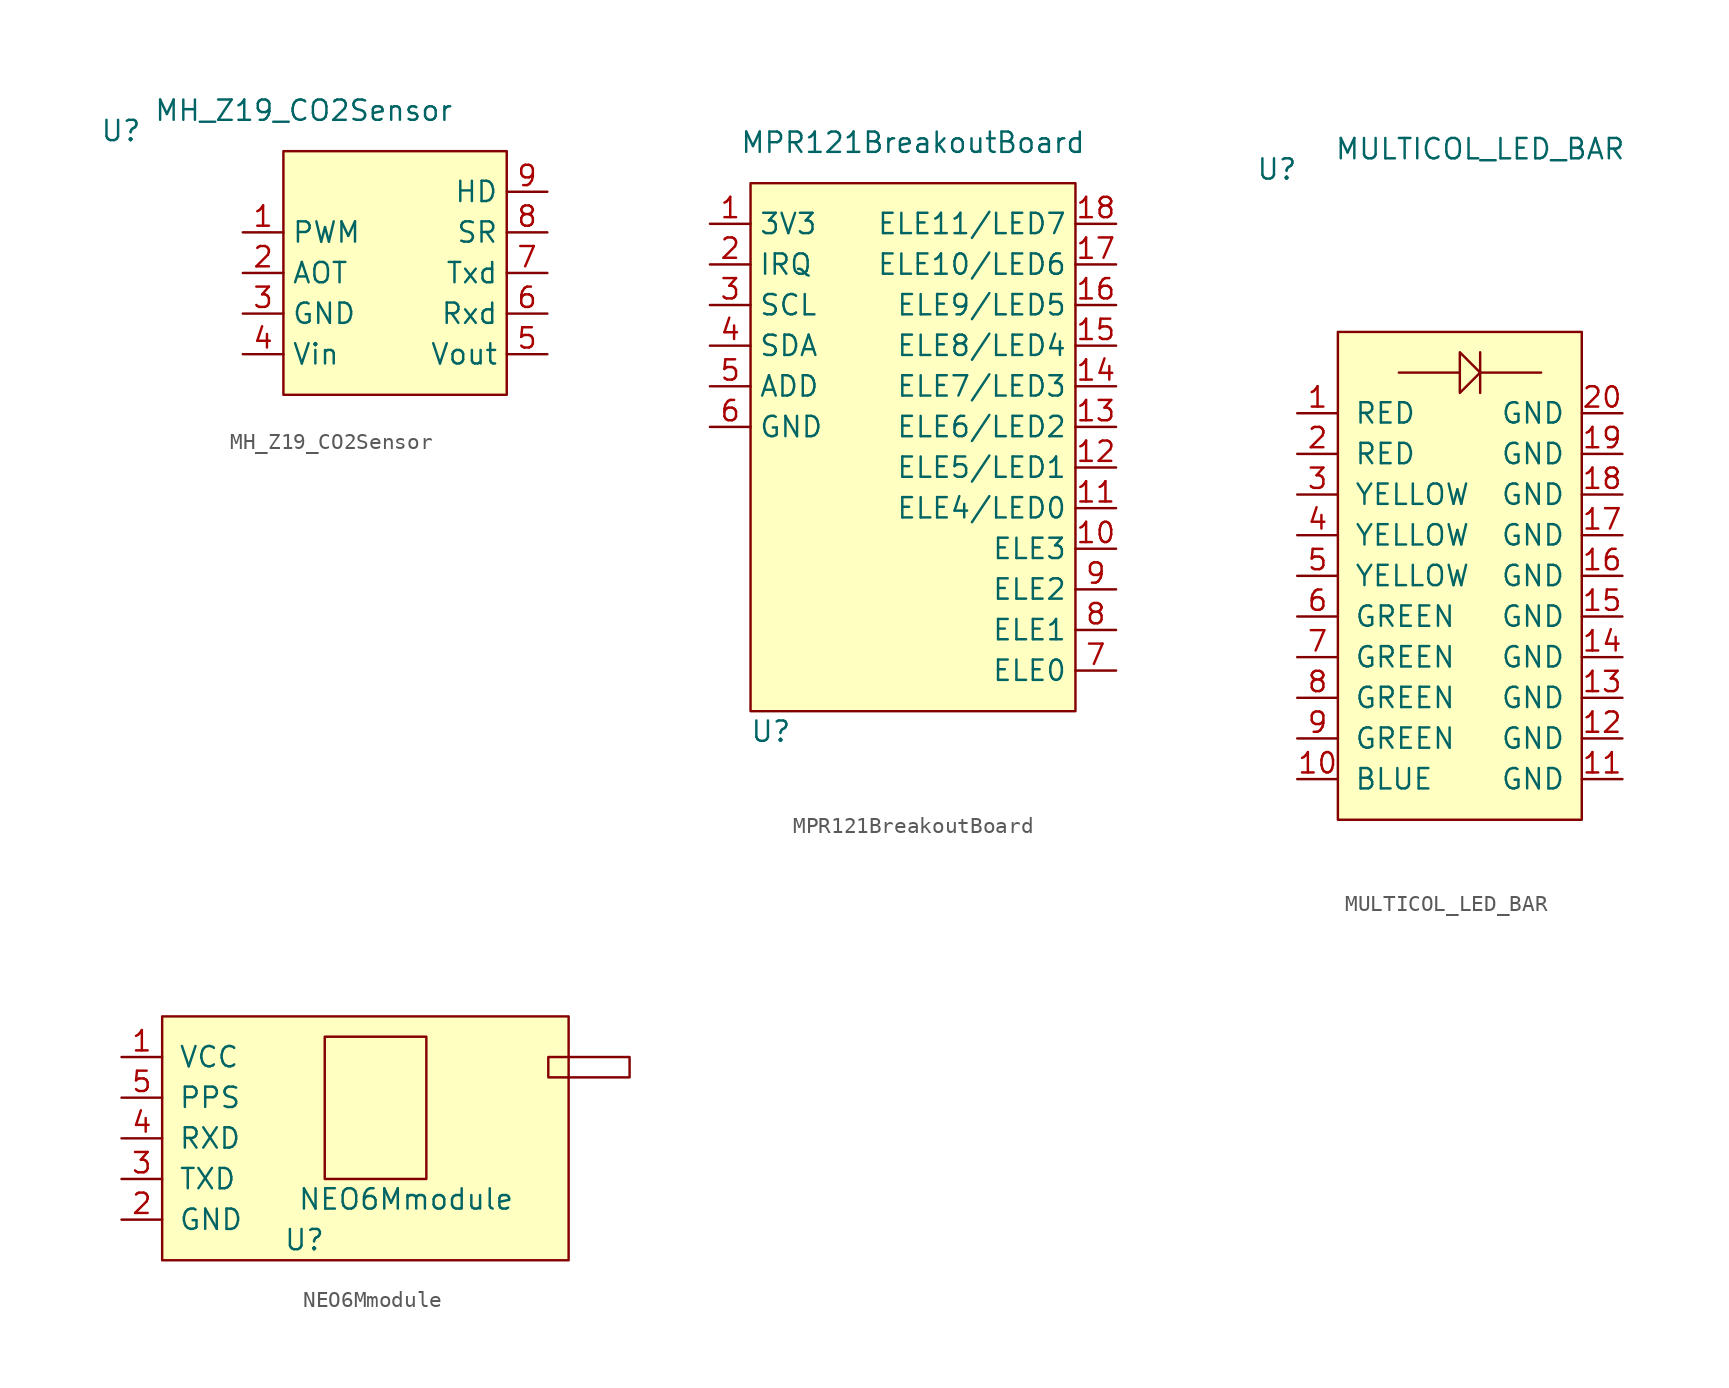
<source format=kicad_sym>
(kicad_symbol_lib
  (version 20211014)
  (generator kicad_symbol_editor)
  (symbol "MH_Z19_CO2Sensor"
    (property "Reference" "U"
      (at -10.16 3.81 0)
      (effects (font (size 1.27 1.27))))
    (property "Value" "MH_Z19_CO2Sensor"
      (at 1.27 5.08 0)
      (effects (font (size 1.27 1.27))))
    (symbol "MH_Z19_CO2Sensor_0_1"
      (rectangle (start 13.97 2.54) (end 0 -12.7) (stroke (width 0.152) (type default) (color 0 0 0 0)) (fill (type background))))
    (symbol "MH_Z19_CO2Sensor_1_1"
      (pin input line (at -2.54 -2.54 0) (length 2.54) (name "PWM" (effects (font (size 1.27 1.27)))) (number "1" (effects (font (size 1.27 1.27)))))
      (pin input line (at -2.54 -5.08 0) (length 2.54) (name "AOT" (effects (font (size 1.27 1.27)))) (number "2" (effects (font (size 1.27 1.27)))))
      (pin input line (at -2.54 -7.62 0) (length 2.54) (name "GND" (effects (font (size 1.27 1.27)))) (number "3" (effects (font (size 1.27 1.27)))))
      (pin input line (at -2.54 -10.16 0) (length 2.54) (name "Vin" (effects (font (size 1.27 1.27)))) (number "4" (effects (font (size 1.27 1.27)))))
      (pin input line (at 16.51 -10.16 180) (length 2.54) (name "Vout" (effects (font (size 1.27 1.27)))) (number "5" (effects (font (size 1.27 1.27)))))
      (pin input line (at 16.51 -7.62 180) (length 2.54) (name "Rxd" (effects (font (size 1.27 1.27)))) (number "6" (effects (font (size 1.27 1.27)))))
      (pin input line (at 16.51 -5.08 180) (length 2.54) (name "Txd" (effects (font (size 1.27 1.27)))) (number "7" (effects (font (size 1.27 1.27)))))
      (pin input line (at 16.51 -2.54 180) (length 2.54) (name "SR" (effects (font (size 1.27 1.27)))) (number "8" (effects (font (size 1.27 1.27)))))
      (pin input line (at 16.51 0 180) (length 2.54) (name "HD" (effects (font (size 1.27 1.27)))) (number "9" (effects (font (size 1.27 1.27)))))))
  (symbol "MPR121BreakoutBoard"
    (property "Reference" "U"
      (at 1.27 -34.29 0)
      (effects (font (size 1.27 1.27))))
    (property "Value" "MPR121BreakoutBoard"
      (at 10.16 2.54 0)
      (effects (font (size 1.27 1.27))))
    (symbol "MPR121BreakoutBoard_0_1"
      (rectangle (start 0 0) (end 20.32 -33.02) (stroke (width 0.152) (type default) (color 0 0 0 0)) (fill (type background))))
    (symbol "MPR121BreakoutBoard_1_1"
      (pin input line (at -2.54 -2.54 0) (length 2.54) (name "3V3" (effects (font (size 1.27 1.27)))) (number "1" (effects (font (size 1.27 1.27)))))
      (pin input line (at 22.86 -22.86 180) (length 2.54) (name "ELE3" (effects (font (size 1.27 1.27)))) (number "10" (effects (font (size 1.27 1.27)))))
      (pin input line (at 22.86 -20.32 180) (length 2.54) (name "ELE4/LED0" (effects (font (size 1.27 1.27)))) (number "11" (effects (font (size 1.27 1.27)))))
      (pin input line (at 22.86 -17.78 180) (length 2.54) (name "ELE5/LED1" (effects (font (size 1.27 1.27)))) (number "12" (effects (font (size 1.27 1.27)))))
      (pin input line (at 22.86 -15.24 180) (length 2.54) (name "ELE6/LED2" (effects (font (size 1.27 1.27)))) (number "13" (effects (font (size 1.27 1.27)))))
      (pin input line (at 22.86 -12.7 180) (length 2.54) (name "ELE7/LED3" (effects (font (size 1.27 1.27)))) (number "14" (effects (font (size 1.27 1.27)))))
      (pin input line (at 22.86 -10.16 180) (length 2.54) (name "ELE8/LED4" (effects (font (size 1.27 1.27)))) (number "15" (effects (font (size 1.27 1.27)))))
      (pin input line (at 22.86 -7.62 180) (length 2.54) (name "ELE9/LED5" (effects (font (size 1.27 1.27)))) (number "16" (effects (font (size 1.27 1.27)))))
      (pin input line (at 22.86 -5.08 180) (length 2.54) (name "ELE10/LED6" (effects (font (size 1.27 1.27)))) (number "17" (effects (font (size 1.27 1.27)))))
      (pin input line (at 22.86 -2.54 180) (length 2.54) (name "ELE11/LED7" (effects (font (size 1.27 1.27)))) (number "18" (effects (font (size 1.27 1.27)))))
      (pin input line (at -2.54 -5.08 0) (length 2.54) (name "IRQ" (effects (font (size 1.27 1.27)))) (number "2" (effects (font (size 1.27 1.27)))))
      (pin input line (at -2.54 -7.62 0) (length 2.54) (name "SCL" (effects (font (size 1.27 1.27)))) (number "3" (effects (font (size 1.27 1.27)))))
      (pin input line (at -2.54 -10.16 0) (length 2.54) (name "SDA" (effects (font (size 1.27 1.27)))) (number "4" (effects (font (size 1.27 1.27)))))
      (pin input line (at -2.54 -12.7 0) (length 2.54) (name "ADD" (effects (font (size 1.27 1.27)))) (number "5" (effects (font (size 1.27 1.27)))))
      (pin input line (at -2.54 -15.24 0) (length 2.54) (name "GND" (effects (font (size 1.27 1.27)))) (number "6" (effects (font (size 1.27 1.27)))))
      (pin input line (at 22.86 -30.48 180) (length 2.54) (name "ELE0" (effects (font (size 1.27 1.27)))) (number "7" (effects (font (size 1.27 1.27)))))
      (pin input line (at 22.86 -27.94 180) (length 2.54) (name "ELE1" (effects (font (size 1.27 1.27)))) (number "8" (effects (font (size 1.27 1.27)))))
      (pin input line (at 22.86 -25.4 180) (length 2.54) (name "ELE2" (effects (font (size 1.27 1.27)))) (number "9" (effects (font (size 1.27 1.27)))))))
  (symbol "MULTICOL_LED_BAR"
    (pin_names
      (offset 1.016))
    (property "Reference" "U"
      (at -3.81 12.7 0)
      (effects (font (size 1.27 1.27))))
    (property "Value" "MULTICOL_LED_BAR"
      (at 8.89 13.97 0)
      (effects (font (size 1.27 1.27))))
    (symbol "MULTICOL_LED_BAR_0_1"
      (polyline (pts (xy 8.89 0) (xy 12.7 0)) (stroke (width 0) (type default) (color 0 0 0 0)) (fill (type none)))
      (polyline (pts (xy 8.89 1.27) (xy 8.89 -1.27)) (stroke (width 0) (type default) (color 0 0 0 0)) (fill (type none)))
      (polyline (pts (xy 6.35 0) (xy 3.81 0) (xy 7.62 0)) (stroke (width 0) (type default) (color 0 0 0 0)) (fill (type none)))
      (polyline (pts (xy 8.89 0) (xy 7.62 -1.27) (xy 7.62 1.27) (xy 8.89 0)) (stroke (width 0) (type default) (color 0 0 0 0)) (fill (type none)))
      (rectangle (start 15.24 2.54) (end 0 -27.94) (stroke (width 0) (type default) (color 0 0 0 0)) (fill (type background))))
    (symbol "MULTICOL_LED_BAR_1_1"
      (pin input line (at -2.54 -2.54 0) (length 2.54) (name "RED" (effects (font (size 1.27 1.27)))) (number "1" (effects (font (size 1.27 1.27)))))
      (pin input line (at -2.54 -25.4 0) (length 2.54) (name "BLUE" (effects (font (size 1.27 1.27)))) (number "10" (effects (font (size 1.27 1.27)))))
      (pin input line (at 17.78 -25.4 180) (length 2.54) (name "GND" (effects (font (size 1.27 1.27)))) (number "11" (effects (font (size 1.27 1.27)))))
      (pin input line (at 17.78 -22.86 180) (length 2.54) (name "GND" (effects (font (size 1.27 1.27)))) (number "12" (effects (font (size 1.27 1.27)))))
      (pin input line (at 17.78 -20.32 180) (length 2.54) (name "GND" (effects (font (size 1.27 1.27)))) (number "13" (effects (font (size 1.27 1.27)))))
      (pin input line (at 17.78 -17.78 180) (length 2.54) (name "GND" (effects (font (size 1.27 1.27)))) (number "14" (effects (font (size 1.27 1.27)))))
      (pin input line (at 17.78 -15.24 180) (length 2.54) (name "GND" (effects (font (size 1.27 1.27)))) (number "15" (effects (font (size 1.27 1.27)))))
      (pin input line (at 17.78 -12.7 180) (length 2.54) (name "GND" (effects (font (size 1.27 1.27)))) (number "16" (effects (font (size 1.27 1.27)))))
      (pin input line (at 17.78 -10.16 180) (length 2.54) (name "GND" (effects (font (size 1.27 1.27)))) (number "17" (effects (font (size 1.27 1.27)))))
      (pin input line (at 17.78 -7.62 180) (length 2.54) (name "GND" (effects (font (size 1.27 1.27)))) (number "18" (effects (font (size 1.27 1.27)))))
      (pin input line (at 17.78 -5.08 180) (length 2.54) (name "GND" (effects (font (size 1.27 1.27)))) (number "19" (effects (font (size 1.27 1.27)))))
      (pin input line (at -2.54 -5.08 0) (length 2.54) (name "RED" (effects (font (size 1.27 1.27)))) (number "2" (effects (font (size 1.27 1.27)))))
      (pin input line (at 17.78 -2.54 180) (length 2.54) (name "GND" (effects (font (size 1.27 1.27)))) (number "20" (effects (font (size 1.27 1.27)))))
      (pin input line (at -2.54 -7.62 0) (length 2.54) (name "YELLOW" (effects (font (size 1.27 1.27)))) (number "3" (effects (font (size 1.27 1.27)))))
      (pin input line (at -2.54 -10.16 0) (length 2.54) (name "YELLOW" (effects (font (size 1.27 1.27)))) (number "4" (effects (font (size 1.27 1.27)))))
      (pin input line (at -2.54 -12.7 0) (length 2.54) (name "YELLOW" (effects (font (size 1.27 1.27)))) (number "5" (effects (font (size 1.27 1.27)))))
      (pin input line (at -2.54 -15.24 0) (length 2.54) (name "GREEN" (effects (font (size 1.27 1.27)))) (number "6" (effects (font (size 1.27 1.27)))))
      (pin input line (at -2.54 -17.78 0) (length 2.54) (name "GREEN" (effects (font (size 1.27 1.27)))) (number "7" (effects (font (size 1.27 1.27)))))
      (pin input line (at -2.54 -20.32 0) (length 2.54) (name "GREEN" (effects (font (size 1.27 1.27)))) (number "8" (effects (font (size 1.27 1.27)))))
      (pin input line (at -2.54 -22.86 0) (length 2.54) (name "GREEN" (effects (font (size 1.27 1.27)))) (number "9" (effects (font (size 1.27 1.27)))))))
  (symbol "NEO6Mmodule"
    (pin_names
      (offset 1.016))
    (property "Reference" "U"
      (at 8.89 -13.97 0)
      (effects (font (size 1.27 1.27))))
    (property "Value" "NEO6Mmodule"
      (at 15.24 -11.43 0)
      (effects (font (size 1.27 1.27))))
    (symbol "NEO6Mmodule_0_1"
      (rectangle (start 0 0) (end 25.4 -15.24) (stroke (width 0) (type default) (color 0 0 0 0)) (fill (type background)))
      (rectangle (start 10.16 -1.27) (end 16.51 -10.16) (stroke (width 0) (type default) (color 0 0 0 0)) (fill (type none)))
      (rectangle (start 24.13 -2.54) (end 29.21 -3.81) (stroke (width 0) (type default) (color 0 0 0 0)) (fill (type none))))
    (symbol "NEO6Mmodule_1_1"
      (pin input line (at -2.54 -2.54 0) (length 2.54) (name "VCC" (effects (font (size 1.27 1.27)))) (number "1" (effects (font (size 1.27 1.27)))))
      (pin input line (at -2.54 -12.7 0) (length 2.54) (name "GND" (effects (font (size 1.27 1.27)))) (number "2" (effects (font (size 1.27 1.27)))))
      (pin input line (at -2.54 -10.16 0) (length 2.54) (name "TXD" (effects (font (size 1.27 1.27)))) (number "3" (effects (font (size 1.27 1.27)))))
      (pin input line (at -2.54 -7.62 0) (length 2.54) (name "RXD" (effects (font (size 1.27 1.27)))) (number "4" (effects (font (size 1.27 1.27)))))
      (pin input line (at -2.54 -5.08 0) (length 2.54) (name "PPS" (effects (font (size 1.27 1.27)))) (number "5" (effects (font (size 1.27 1.27))))))))
</source>
